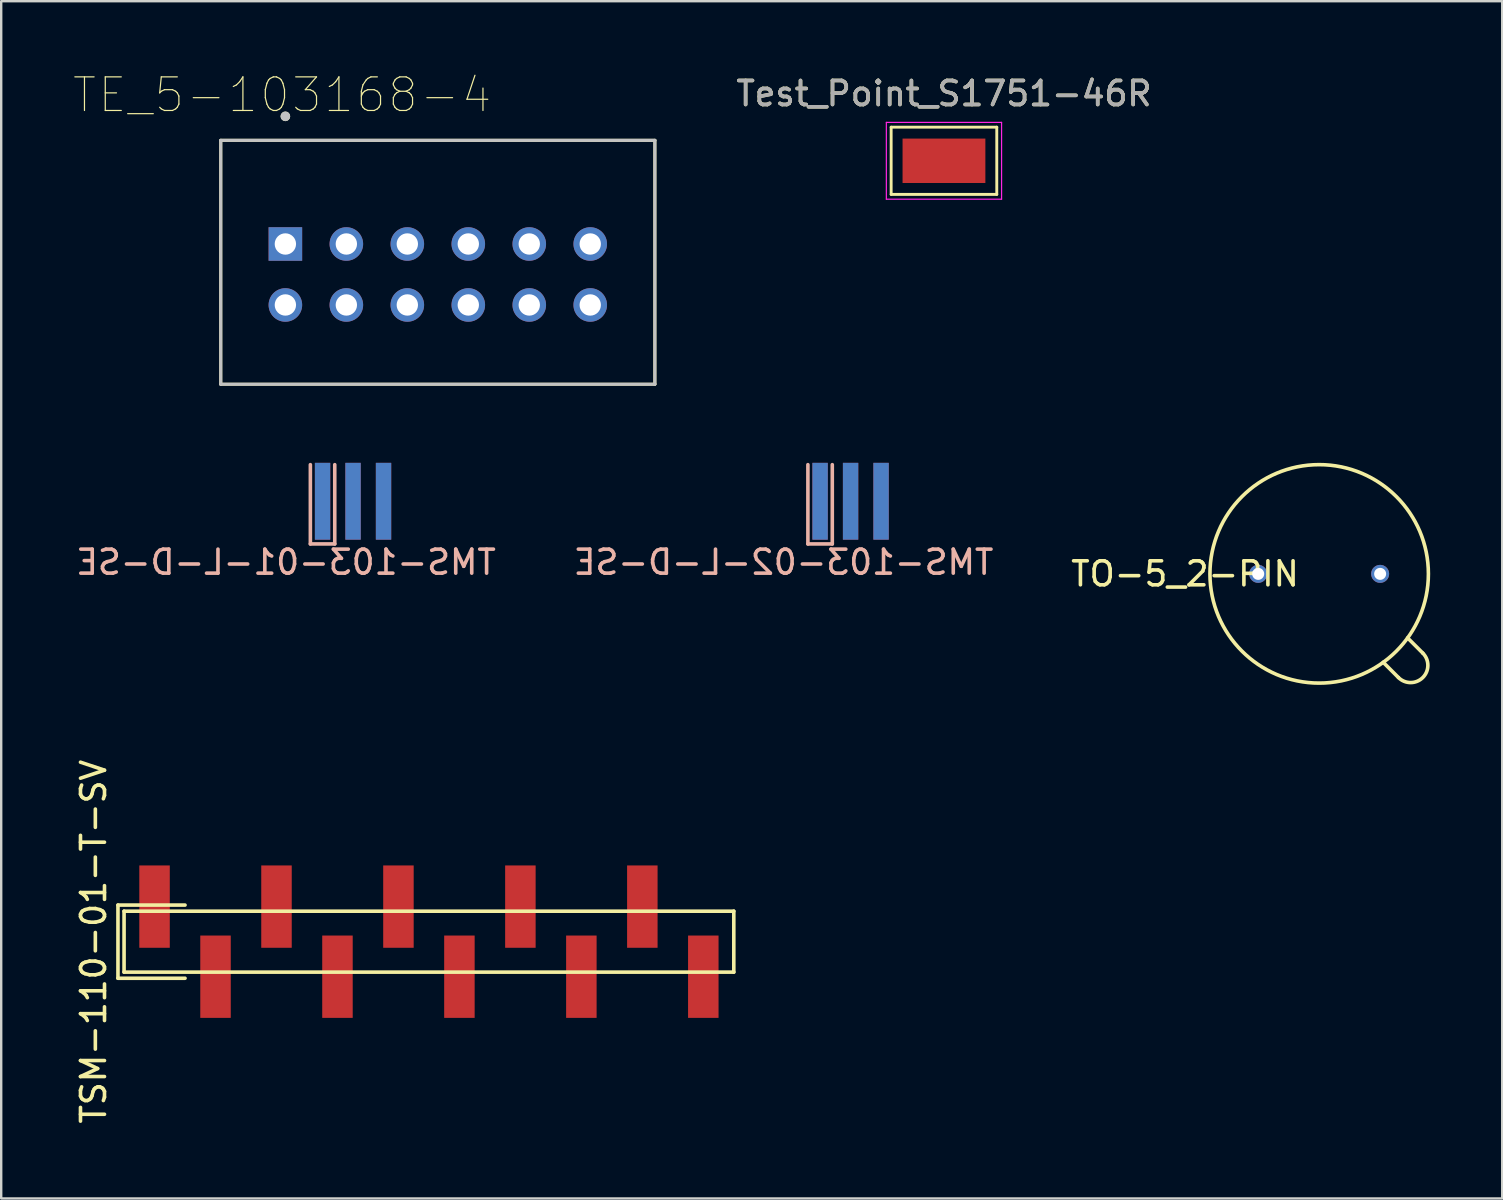
<source format=kicad_pcb>
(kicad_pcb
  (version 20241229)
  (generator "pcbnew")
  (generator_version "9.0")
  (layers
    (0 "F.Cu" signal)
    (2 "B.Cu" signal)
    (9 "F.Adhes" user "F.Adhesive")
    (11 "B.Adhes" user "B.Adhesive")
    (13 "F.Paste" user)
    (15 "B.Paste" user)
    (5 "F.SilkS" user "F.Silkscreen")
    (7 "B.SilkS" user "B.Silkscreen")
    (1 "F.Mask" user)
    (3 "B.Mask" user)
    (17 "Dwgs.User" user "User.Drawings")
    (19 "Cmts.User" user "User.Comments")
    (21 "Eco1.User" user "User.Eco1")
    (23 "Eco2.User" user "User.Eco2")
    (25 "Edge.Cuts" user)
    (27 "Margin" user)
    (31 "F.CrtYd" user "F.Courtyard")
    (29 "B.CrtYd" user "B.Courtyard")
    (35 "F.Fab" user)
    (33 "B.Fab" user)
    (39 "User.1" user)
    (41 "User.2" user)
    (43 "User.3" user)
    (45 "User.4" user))
  (footprint "TMS-103-02-L-D-SE"
    (layer "F.Cu")
    (at 31.113 17.831)
    (property "Reference" "TMS-103-02-L-D-SE" (at -1.524 2.54 0) (layer "B.SilkS") (effects (font (size 1 1) (thickness 0.15)) (justify mirror)))
    (attr through_hole)
    (fp_line (start -0.508 -1.524) (end -0.508 1.778) (stroke (width 0.15) (type solid)) (layer "B.SilkS"))
    (fp_line (start -0.508 1.778) (end 0.508 1.778) (stroke (width 0.15) (type solid)) (layer "B.SilkS"))
    (fp_line (start 0.508 1.778) (end 0.508 -1.524) (stroke (width 0.15) (type solid)) (layer "B.SilkS"))
    (pad "1" smd rect (at 0 0) (size 0.64 3.2) (layers "B.Cu" "B.Mask" "B.Paste"))
    (pad "2" smd rect (at 0 0) (size 0.64 3.2) (layers "F.Cu" "F.Mask" "F.Paste"))
    (pad "3" smd rect (at 1.27 0) (size 0.64 3.2) (layers "B.Cu" "B.Mask" "B.Paste"))
    (pad "4" smd rect (at 1.27 0) (size 0.64 3.2) (layers "F.Cu" "F.Mask" "F.Paste"))
    (pad "5" smd rect (at 2.54 0) (size 0.64 3.2) (layers "B.Cu" "B.Mask" "B.Paste"))
    (pad "6" smd rect (at 2.54 0) (size 0.64 3.2) (layers "F.Cu" "F.Mask" "F.Paste")))
  (footprint "TO-5_2-PIN"
    (layer "F.Cu")
    (at 51.903 20.856)
    (property "Reference" "TO-5_2-PIN" (at -5.588 0 0) (layer "F.SilkS") (effects (font (size 1 1) (thickness 0.15))))
    (attr through_hole)
    (fp_line (start 3.302 4.318) (end 2.667 3.683) (stroke (width 0.15) (type solid)) (layer "F.SilkS"))
    (fp_line (start 3.683 2.667) (end 4.318 3.302) (stroke (width 0.15) (type solid)) (layer "F.SilkS"))
    (fp_arc (start 4.318 3.302) (mid 4.318 4.318) (end 3.302 4.318) (stroke (width 0.15) (type solid)) (layer "F.SilkS"))
    (fp_circle (center 0 0) (end 0 4.55) (stroke (width 0.15) (type solid)) (fill no) (layer "F.SilkS"))
    (pad "1" thru_hole circle (at -2.54 0) (size 0.75 0.75) (drill 0.5) (layers "*.Cu" "*.Mask"))
    (pad "2" thru_hole circle (at 2.54 0) (size 0.75 0.75) (drill 0.5) (layers "*.Cu" "*.Mask")))
  (footprint "TE_5-103168-4"
    (layer "F.Cu")
    (at 8.838 7.114)
    (property "Reference" "TE_5-103168-4" (at -0.136 -6.207 0) (layer "F.SilkS") (effects (font (size 1.4 1.4) (thickness 0.05))))
    (attr through_hole)
    (fp_line (start -2.692 -4.318) (end 15.392 -4.318) (stroke (width 0.127) (type solid)) (layer "F.SilkS"))
    (fp_line (start -2.692 5.842) (end -2.692 -4.318) (stroke (width 0.127) (type solid)) (layer "F.SilkS"))
    (fp_line (start 15.392 -4.318) (end 15.392 5.842) (stroke (width 0.127) (type solid)) (layer "F.SilkS"))
    (fp_line (start 15.392 5.842) (end -2.692 5.842) (stroke (width 0.127) (type solid)) (layer "F.SilkS"))
    (fp_circle (center 0 -5.318) (end 0.1 -5.318) (stroke (width 0.2) (type solid)) (fill no) (layer "F.SilkS"))
    (fp_line (start -2.692 -4.318) (end 15.392 -4.318) (stroke (width 0.127) (type solid)) (layer "Dwgs.User"))
    (fp_line (start -2.692 5.842) (end -2.692 -4.318) (stroke (width 0.127) (type solid)) (layer "Dwgs.User"))
    (fp_line (start 15.392 -4.318) (end 15.392 5.842) (stroke (width 0.127) (type solid)) (layer "Dwgs.User"))
    (fp_line (start 15.392 5.842) (end -2.692 5.842) (stroke (width 0.127) (type solid)) (layer "Dwgs.User"))
    (fp_circle (center 0 -5.318) (end 0.1 -5.318) (stroke (width 0.2) (type solid)) (fill no) (layer "Dwgs.User"))
    (fp_line (start -2.942 -4.568) (end 15.642 -4.568) (stroke (width 0.05) (type solid)) (layer "Eco1.User"))
    (fp_line (start -2.942 6.092) (end -2.942 -4.568) (stroke (width 0.05) (type solid)) (layer "Eco1.User"))
    (fp_line (start 15.642 -4.568) (end 15.642 6.092) (stroke (width 0.05) (type solid)) (layer "Eco1.User"))
    (fp_line (start 15.642 6.092) (end -2.942 6.092) (stroke (width 0.05) (type solid)) (layer "Eco1.User"))
    (pad "1" thru_hole rect (at 0 0) (size 1.398 1.398) (drill 0.89) (layers "*.Cu" "*.Mask"))
    (pad "2" thru_hole circle (at 2.54 0) (size 1.398 1.398) (drill 0.89) (layers "*.Cu" "*.Mask"))
    (pad "3" thru_hole circle (at 5.08 0) (size 1.398 1.398) (drill 0.89) (layers "*.Cu" "*.Mask"))
    (pad "4" thru_hole circle (at 7.62 0) (size 1.398 1.398) (drill 0.89) (layers "*.Cu" "*.Mask"))
    (pad "5" thru_hole circle (at 10.16 0) (size 1.398 1.398) (drill 0.89) (layers "*.Cu" "*.Mask"))
    (pad "6" thru_hole circle (at 12.7 0) (size 1.398 1.398) (drill 0.89) (layers "*.Cu" "*.Mask"))
    (pad "7" thru_hole circle (at 0 2.54) (size 1.398 1.398) (drill 0.89) (layers "*.Cu" "*.Mask"))
    (pad "8" thru_hole circle (at 2.54 2.54) (size 1.398 1.398) (drill 0.89) (layers "*.Cu" "*.Mask"))
    (pad "9" thru_hole circle (at 5.08 2.54) (size 1.398 1.398) (drill 0.89) (layers "*.Cu" "*.Mask"))
    (pad "10" thru_hole circle (at 7.62 2.54) (size 1.398 1.398) (drill 0.89) (layers "*.Cu" "*.Mask"))
    (pad "11" thru_hole circle (at 10.16 2.54) (size 1.398 1.398) (drill 0.89) (layers "*.Cu" "*.Mask"))
    (pad "12" thru_hole circle (at 12.7 2.54) (size 1.398 1.398) (drill 0.89) (layers "*.Cu" "*.Mask")))
  (footprint "Test_Point_S1751-46R"
    (layer "F.Cu")
    (at 36.273 3.648)
    (property "Reference" "Test_Point_S1751-46R" (at 0 -2.8 0) (layer "F.SilkS") (effects (font (size 1 1) (thickness 0.15))))
    (attr exclude_from_pos_files exclude_from_bom)
    (fp_line (start -2.2 -1.4) (end 2.2 -1.4) (stroke (width 0.12) (type solid)) (layer "F.SilkS"))
    (fp_line (start -2.2 1.4) (end -2.2 -1.4) (stroke (width 0.12) (type solid)) (layer "F.SilkS"))
    (fp_line (start 2.2 -1.4) (end 2.2 1.4) (stroke (width 0.12) (type solid)) (layer "F.SilkS"))
    (fp_line (start 2.2 1.4) (end -2.2 1.4) (stroke (width 0.12) (type solid)) (layer "F.SilkS"))
    (fp_line (start -2.4 -1.6) (end -2.4 1.6) (stroke (width 0.05) (type solid)) (layer "F.CrtYd"))
    (fp_line (start -2.4 -1.6) (end 2.4 -1.6) (stroke (width 0.05) (type solid)) (layer "F.CrtYd"))
    (fp_line (start 2.4 1.6) (end -2.4 1.6) (stroke (width 0.05) (type solid)) (layer "F.CrtYd"))
    (fp_line (start 2.4 1.6) (end 2.4 -1.6) (stroke (width 0.05) (type solid)) (layer "F.CrtYd"))
    (fp_text user "${REFERENCE}" (at 0 -2.8 0) (layer "F.Fab") (effects (font (size 1 1) (thickness 0.15))))
    (pad "1" smd rect (at 0 0) (size 3.45 1.85) (layers "F.Cu" "F.Mask")))
  (footprint "TSM-110-01-T-SV"
    (layer "F.Cu")
    (at 3.388 36.177)
    (property "Reference" "TSM-110-01-T-SV" (at -2.54 0 90) (layer "F.SilkS") (effects (font (size 1 1) (thickness 0.15))))
    (attr through_hole)
    (fp_line (start -1.524 -1.524) (end -1.524 1.524) (stroke (width 0.15) (type solid)) (layer "F.SilkS"))
    (fp_line (start -1.524 1.524) (end 1.27 1.524) (stroke (width 0.15) (type solid)) (layer "F.SilkS"))
    (fp_line (start -1.27 -1.27) (end -1.27 1.27) (stroke (width 0.15) (type solid)) (layer "F.SilkS"))
    (fp_line (start -1.27 1.27) (end 24.13 1.27) (stroke (width 0.15) (type solid)) (layer "F.SilkS"))
    (fp_line (start 1.27 -1.524) (end -1.524 -1.524) (stroke (width 0.15) (type solid)) (layer "F.SilkS"))
    (fp_line (start 24.13 -1.27) (end -1.27 -1.27) (stroke (width 0.15) (type solid)) (layer "F.SilkS"))
    (fp_line (start 24.13 1.27) (end 24.13 -1.27) (stroke (width 0.15) (type solid)) (layer "F.SilkS"))
    (pad "1" smd rect (at 0 -1.46) (size 1.27 3.43) (layers "F.Cu" "F.Mask" "F.Paste"))
    (pad "2" smd rect (at 2.54 1.46) (size 1.27 3.43) (layers "F.Cu" "F.Mask" "F.Paste"))
    (pad "3" smd rect (at 5.08 -1.46) (size 1.27 3.43) (layers "F.Cu" "F.Mask" "F.Paste"))
    (pad "4" smd rect (at 7.62 1.46) (size 1.27 3.43) (layers "F.Cu" "F.Mask" "F.Paste"))
    (pad "5" smd rect (at 10.16 -1.46) (size 1.27 3.43) (layers "F.Cu" "F.Mask" "F.Paste"))
    (pad "6" smd rect (at 12.7 1.46) (size 1.27 3.43) (layers "F.Cu" "F.Mask" "F.Paste"))
    (pad "7" smd rect (at 15.24 -1.46) (size 1.27 3.43) (layers "F.Cu" "F.Mask" "F.Paste"))
    (pad "8" smd rect (at 17.78 1.46) (size 1.27 3.43) (layers "F.Cu" "F.Mask" "F.Paste"))
    (pad "9" smd rect (at 20.32 -1.46) (size 1.27 3.43) (layers "F.Cu" "F.Mask" "F.Paste"))
    (pad "10" smd rect (at 22.86 1.46) (size 1.27 3.43) (layers "F.Cu" "F.Mask" "F.Paste")))
  (footprint "TMS-103-01-L-D-SE"
    (layer "F.Cu")
    (at 10.387 17.831)
    (property "Reference" "TMS-103-01-L-D-SE" (at -1.524 2.54 0) (layer "B.SilkS") (effects (font (size 1 1) (thickness 0.15)) (justify mirror)))
    (attr through_hole)
    (fp_line (start -0.508 -1.524) (end -0.508 1.778) (stroke (width 0.15) (type solid)) (layer "B.SilkS"))
    (fp_line (start -0.508 1.778) (end 0.508 1.778) (stroke (width 0.15) (type solid)) (layer "B.SilkS"))
    (fp_line (start 0.508 1.778) (end 0.508 -1.524) (stroke (width 0.15) (type solid)) (layer "B.SilkS"))
    (pad "1" smd rect (at 0 0) (size 0.64 3.2) (layers "B.Cu" "B.Mask" "B.Paste"))
    (pad "2" smd rect (at 0 0) (size 0.64 3.2) (layers "F.Cu" "F.Mask" "F.Paste"))
    (pad "3" smd rect (at 1.27 0) (size 0.64 3.2) (layers "B.Cu" "B.Mask" "B.Paste"))
    (pad "4" smd rect (at 1.27 0) (size 0.64 3.2) (layers "F.Cu" "F.Mask" "F.Paste"))
    (pad "5" smd rect (at 2.54 0) (size 0.64 3.2) (layers "B.Cu" "B.Mask" "B.Paste"))
    (pad "6" smd rect (at 2.54 0) (size 0.64 3.2) (layers "F.Cu" "F.Mask" "F.Paste")))
  (gr_rect
    (start -3 -3)
    (end 59.528 46.874)
    (stroke (width 0.1) (type default))
    (fill no)
    (layer "Edge.Cuts")))
</source>
